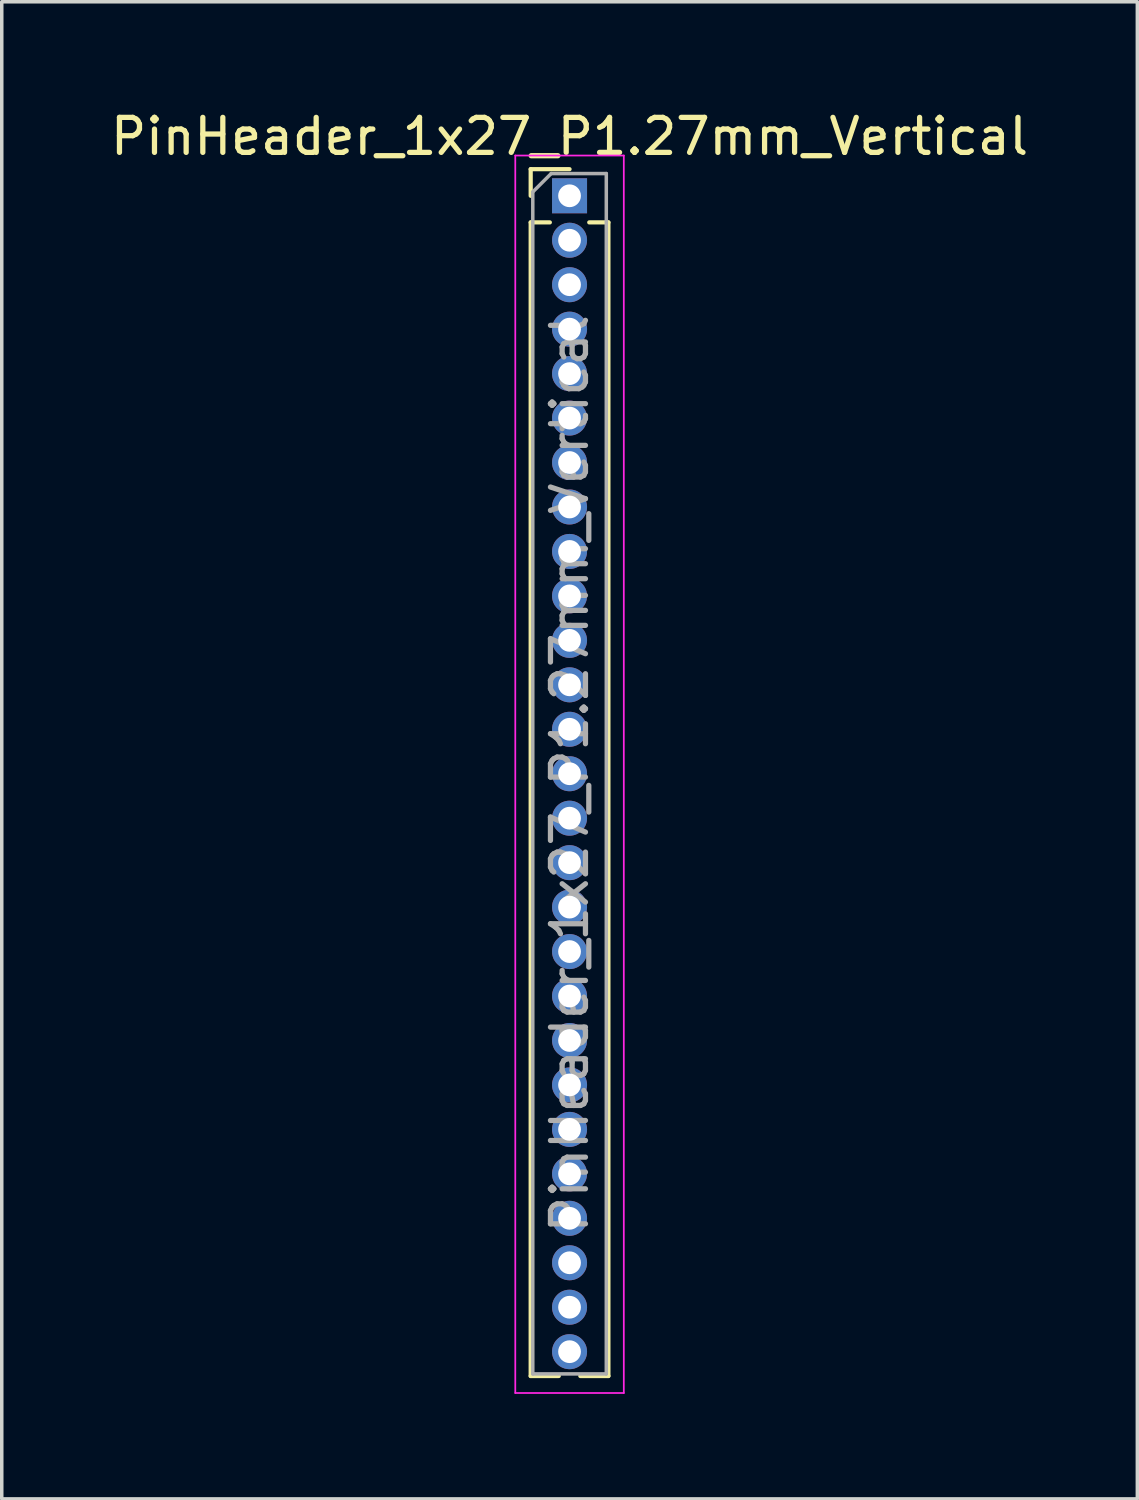
<source format=kicad_pcb>
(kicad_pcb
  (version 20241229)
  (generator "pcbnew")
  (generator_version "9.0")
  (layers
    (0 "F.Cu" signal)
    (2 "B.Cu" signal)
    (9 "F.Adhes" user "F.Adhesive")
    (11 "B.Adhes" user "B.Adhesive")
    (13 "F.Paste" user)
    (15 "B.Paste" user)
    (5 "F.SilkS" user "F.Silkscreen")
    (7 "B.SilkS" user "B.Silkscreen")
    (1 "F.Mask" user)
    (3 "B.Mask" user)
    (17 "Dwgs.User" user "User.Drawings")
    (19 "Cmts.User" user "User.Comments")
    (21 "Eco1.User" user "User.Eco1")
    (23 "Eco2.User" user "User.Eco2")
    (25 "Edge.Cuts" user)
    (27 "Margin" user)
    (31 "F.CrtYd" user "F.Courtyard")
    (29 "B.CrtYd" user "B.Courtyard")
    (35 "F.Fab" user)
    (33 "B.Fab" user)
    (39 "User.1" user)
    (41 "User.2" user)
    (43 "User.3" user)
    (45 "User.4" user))
  (footprint "PinHeader_1x27_P1.27mm_Vertical"
    (layer "F.Cu")
    (at 13.22 2.543)
    (property "Reference" "PinHeader_1x27_P1.27mm_Vertical" (at 0 -1.695 0) (layer "F.SilkS") (effects (font (size 1 1) (thickness 0.15))))
    (attr through_hole)
    (fp_line (start -1.11 -0.76) (end 0 -0.76) (stroke (width 0.12) (type solid)) (layer "F.SilkS"))
    (fp_line (start -1.11 0) (end -1.11 -0.76) (stroke (width 0.12) (type solid)) (layer "F.SilkS"))
    (fp_line (start -1.11 0.76) (end -1.11 33.715) (stroke (width 0.12) (type solid)) (layer "F.SilkS"))
    (fp_line (start -1.11 0.76) (end -0.563 0.76) (stroke (width 0.12) (type solid)) (layer "F.SilkS"))
    (fp_line (start -1.11 33.715) (end -0.308 33.715) (stroke (width 0.12) (type solid)) (layer "F.SilkS"))
    (fp_line (start 0.308 33.715) (end 1.11 33.715) (stroke (width 0.12) (type solid)) (layer "F.SilkS"))
    (fp_line (start 0.563 0.76) (end 1.11 0.76) (stroke (width 0.12) (type solid)) (layer "F.SilkS"))
    (fp_line (start 1.11 0.76) (end 1.11 33.715) (stroke (width 0.12) (type solid)) (layer "F.SilkS"))
    (fp_line (start -1.55 -1.15) (end -1.55 34.2) (stroke (width 0.05) (type solid)) (layer "F.CrtYd"))
    (fp_line (start -1.55 34.2) (end 1.55 34.2) (stroke (width 0.05) (type solid)) (layer "F.CrtYd"))
    (fp_line (start 1.55 -1.15) (end -1.55 -1.15) (stroke (width 0.05) (type solid)) (layer "F.CrtYd"))
    (fp_line (start 1.55 34.2) (end 1.55 -1.15) (stroke (width 0.05) (type solid)) (layer "F.CrtYd"))
    (fp_line (start -1.05 -0.11) (end -0.525 -0.635) (stroke (width 0.1) (type solid)) (layer "F.Fab"))
    (fp_line (start -1.05 33.655) (end -1.05 -0.11) (stroke (width 0.1) (type solid)) (layer "F.Fab"))
    (fp_line (start -0.525 -0.635) (end 1.05 -0.635) (stroke (width 0.1) (type solid)) (layer "F.Fab"))
    (fp_line (start 1.05 -0.635) (end 1.05 33.655) (stroke (width 0.1) (type solid)) (layer "F.Fab"))
    (fp_line (start 1.05 33.655) (end -1.05 33.655) (stroke (width 0.1) (type solid)) (layer "F.Fab"))
    (fp_text user "${REFERENCE}" (at 0 16.51 90) (layer "F.Fab") (effects (font (size 1 1) (thickness 0.15))))
    (pad "1" thru_hole rect (at 0 0) (size 1 1) (drill 0.65) (layers "*.Cu" "*.Mask"))
    (pad "2" thru_hole oval (at 0 1.27) (size 1 1) (drill 0.65) (layers "*.Cu" "*.Mask"))
    (pad "3" thru_hole oval (at 0 2.54) (size 1 1) (drill 0.65) (layers "*.Cu" "*.Mask"))
    (pad "4" thru_hole oval (at 0 3.81) (size 1 1) (drill 0.65) (layers "*.Cu" "*.Mask"))
    (pad "5" thru_hole oval (at 0 5.08) (size 1 1) (drill 0.65) (layers "*.Cu" "*.Mask"))
    (pad "6" thru_hole oval (at 0 6.35) (size 1 1) (drill 0.65) (layers "*.Cu" "*.Mask"))
    (pad "7" thru_hole oval (at 0 7.62) (size 1 1) (drill 0.65) (layers "*.Cu" "*.Mask"))
    (pad "8" thru_hole oval (at 0 8.89) (size 1 1) (drill 0.65) (layers "*.Cu" "*.Mask"))
    (pad "9" thru_hole oval (at 0 10.16) (size 1 1) (drill 0.65) (layers "*.Cu" "*.Mask"))
    (pad "10" thru_hole oval (at 0 11.43) (size 1 1) (drill 0.65) (layers "*.Cu" "*.Mask"))
    (pad "11" thru_hole oval (at 0 12.7) (size 1 1) (drill 0.65) (layers "*.Cu" "*.Mask"))
    (pad "12" thru_hole oval (at 0 13.97) (size 1 1) (drill 0.65) (layers "*.Cu" "*.Mask"))
    (pad "13" thru_hole oval (at 0 15.24) (size 1 1) (drill 0.65) (layers "*.Cu" "*.Mask"))
    (pad "14" thru_hole oval (at 0 16.51) (size 1 1) (drill 0.65) (layers "*.Cu" "*.Mask"))
    (pad "15" thru_hole oval (at 0 17.78) (size 1 1) (drill 0.65) (layers "*.Cu" "*.Mask"))
    (pad "16" thru_hole oval (at 0 19.05) (size 1 1) (drill 0.65) (layers "*.Cu" "*.Mask"))
    (pad "17" thru_hole oval (at 0 20.32) (size 1 1) (drill 0.65) (layers "*.Cu" "*.Mask"))
    (pad "18" thru_hole oval (at 0 21.59) (size 1 1) (drill 0.65) (layers "*.Cu" "*.Mask"))
    (pad "19" thru_hole oval (at 0 22.86) (size 1 1) (drill 0.65) (layers "*.Cu" "*.Mask"))
    (pad "20" thru_hole oval (at 0 24.13) (size 1 1) (drill 0.65) (layers "*.Cu" "*.Mask"))
    (pad "21" thru_hole oval (at 0 25.4) (size 1 1) (drill 0.65) (layers "*.Cu" "*.Mask"))
    (pad "22" thru_hole oval (at 0 26.67) (size 1 1) (drill 0.65) (layers "*.Cu" "*.Mask"))
    (pad "23" thru_hole oval (at 0 27.94) (size 1 1) (drill 0.65) (layers "*.Cu" "*.Mask"))
    (pad "24" thru_hole oval (at 0 29.21) (size 1 1) (drill 0.65) (layers "*.Cu" "*.Mask"))
    (pad "25" thru_hole oval (at 0 30.48) (size 1 1) (drill 0.65) (layers "*.Cu" "*.Mask"))
    (pad "26" thru_hole oval (at 0 31.75) (size 1 1) (drill 0.65) (layers "*.Cu" "*.Mask"))
    (pad "27" thru_hole oval (at 0 33.02) (size 1 1) (drill 0.65) (layers "*.Cu" "*.Mask")))
  (gr_rect
    (start -3 -3)
    (end 29.44 39.768)
    (stroke (width 0.1) (type default))
    (fill no)
    (layer "Edge.Cuts")))
</source>
